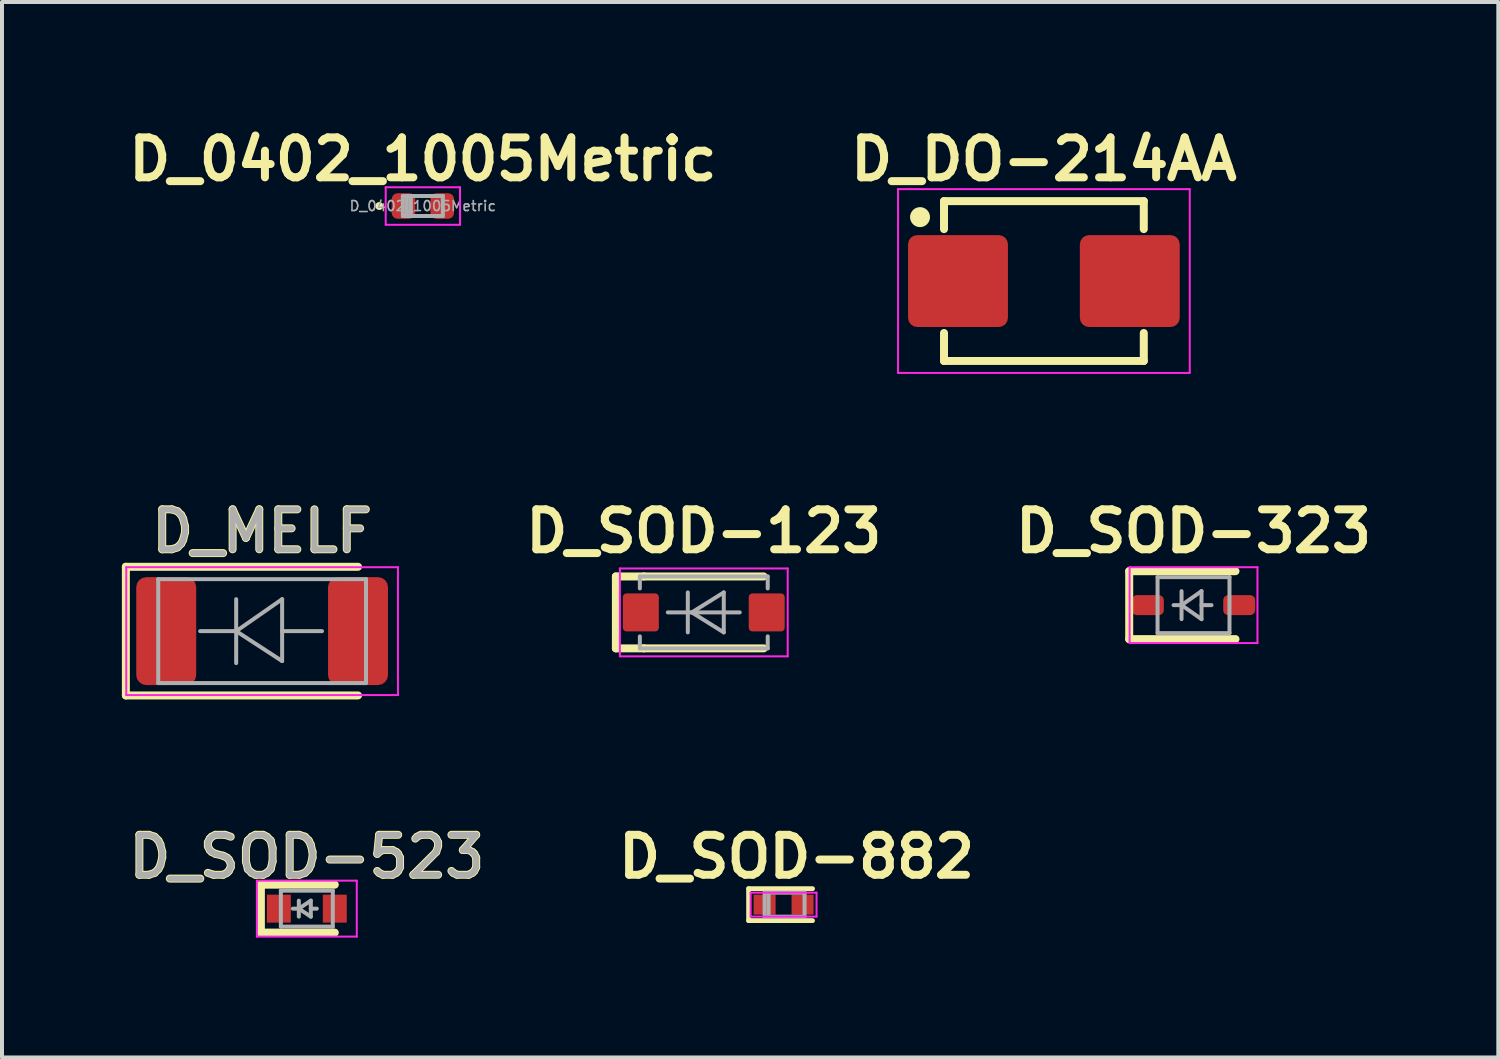
<source format=kicad_pcb>
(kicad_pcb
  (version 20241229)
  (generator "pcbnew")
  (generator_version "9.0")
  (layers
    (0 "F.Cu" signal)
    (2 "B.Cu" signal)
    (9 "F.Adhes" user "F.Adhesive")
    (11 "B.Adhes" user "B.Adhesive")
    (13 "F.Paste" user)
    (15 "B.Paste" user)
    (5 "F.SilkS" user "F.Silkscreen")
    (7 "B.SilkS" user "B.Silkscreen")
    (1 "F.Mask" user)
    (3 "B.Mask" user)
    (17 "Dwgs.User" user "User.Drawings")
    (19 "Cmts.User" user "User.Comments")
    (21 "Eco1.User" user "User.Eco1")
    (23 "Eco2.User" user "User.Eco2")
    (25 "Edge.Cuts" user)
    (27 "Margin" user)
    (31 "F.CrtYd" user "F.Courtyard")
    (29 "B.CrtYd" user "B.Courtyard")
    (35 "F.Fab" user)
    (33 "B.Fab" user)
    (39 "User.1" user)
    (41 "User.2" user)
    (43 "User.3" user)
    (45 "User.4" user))
  (footprint "D_SOD-123"
    (layer "F.Cu")
    (at 14.564 12.277)
    (property "Reference" "D_SOD-123" (at 0 -2.032 0) (layer "F.SilkS") (effects (font (size 1 1) (thickness 0.2))))
    (attr through_hole)
    (fp_line (start -2.2 -0.9) (end -2.2 0.9) (stroke (width 0.2) (type solid)) (layer "F.SilkS"))
    (fp_line (start -2.2 0.9) (end -1.5 0.9) (stroke (width 0.2) (type solid)) (layer "F.SilkS"))
    (fp_line (start -2.1 -0.9) (end -2.2 -0.9) (stroke (width 0.2) (type solid)) (layer "F.SilkS"))
    (fp_line (start -1.5 -0.9) (end -2.1 -0.9) (stroke (width 0.2) (type solid)) (layer "F.SilkS"))
    (fp_line (start -1.5 -0.9) (end 1.5 -0.9) (stroke (width 0.2) (type solid)) (layer "F.SilkS"))
    (fp_line (start -1.5 0.9) (end 1.5 0.9) (stroke (width 0.2) (type solid)) (layer "F.SilkS"))
    (fp_line (start -2.1 -1.1) (end 2.1 -1.1) (stroke (width 0.05) (type solid)) (layer "F.CrtYd"))
    (fp_line (start -2.1 1.1) (end -2.1 -1.1) (stroke (width 0.05) (type solid)) (layer "F.CrtYd"))
    (fp_line (start 2.1 -1.1) (end 2.1 1.1) (stroke (width 0.05) (type solid)) (layer "F.CrtYd"))
    (fp_line (start 2.1 1.1) (end -2.1 1.1) (stroke (width 0.05) (type solid)) (layer "F.CrtYd"))
    (fp_line (start -1.6 -0.9) (end -1.6 -0.6) (stroke (width 0.1) (type solid)) (layer "F.Fab"))
    (fp_line (start -1.6 0.6) (end -1.6 0.9) (stroke (width 0.1) (type solid)) (layer "F.Fab"))
    (fp_line (start -1.6 0.9) (end 1.6 0.9) (stroke (width 0.1) (type solid)) (layer "F.Fab"))
    (fp_line (start -0.9 0) (end 0.9 0) (stroke (width 0.1) (type solid)) (layer "F.Fab"))
    (fp_line (start -0.4 -0.5) (end -0.4 0.5) (stroke (width 0.1) (type solid)) (layer "F.Fab"))
    (fp_line (start -0.3 0) (end 0.5 -0.5) (stroke (width 0.1) (type solid)) (layer "F.Fab"))
    (fp_line (start 0.5 -0.5) (end 0.5 0.5) (stroke (width 0.1) (type solid)) (layer "F.Fab"))
    (fp_line (start 0.5 0.5) (end -0.3 0) (stroke (width 0.1) (type solid)) (layer "F.Fab"))
    (fp_line (start 1.6 -0.9) (end -1.6 -0.9) (stroke (width 0.1) (type solid)) (layer "F.Fab"))
    (fp_line (start 1.6 -0.6) (end 1.6 -0.9) (stroke (width 0.1) (type solid)) (layer "F.Fab"))
    (fp_line (start 1.6 0.9) (end 1.6 0.6) (stroke (width 0.1) (type solid)) (layer "F.Fab"))
    (pad "1" smd roundrect (at -1.575 0) (size 0.9 0.95) (layers "F.Cu" "F.Mask" "F.Paste") (roundrect_rratio 0.1))
    (pad "2" smd roundrect (at 1.575 0) (size 0.9 0.95) (layers "F.Cu" "F.Mask" "F.Paste") (roundrect_rratio 0.1)))
  (footprint "D_DO-214AA"
    (layer "F.Cu")
    (at 23.076 3.984)
    (property "Reference" "D_DO-214AA" (at 0 -3.048 0) (layer "F.SilkS") (effects (font (size 1 1) (thickness 0.2))))
    (attr smd)
    (fp_line (start -2.5 -2) (end 2.5 -2) (stroke (width 0.2) (type solid)) (layer "F.SilkS"))
    (fp_line (start -2.5 -1.3) (end -2.5 -2) (stroke (width 0.2) (type solid)) (layer "F.SilkS"))
    (fp_line (start -2.5 1.3) (end -2.5 2) (stroke (width 0.2) (type solid)) (layer "F.SilkS"))
    (fp_line (start -2.5 2) (end 2.5 2) (stroke (width 0.2) (type solid)) (layer "F.SilkS"))
    (fp_line (start 2.5 -2) (end 2.5 -1.3) (stroke (width 0.2) (type solid)) (layer "F.SilkS"))
    (fp_line (start 2.5 2) (end 2.5 1.3) (stroke (width 0.2) (type solid)) (layer "F.SilkS"))
    (fp_circle (center -3.1 -1.6) (end -2.975 -1.6) (stroke (width 0.25) (type solid)) (fill no) (layer "F.SilkS"))
    (fp_line (start -3.65 -2.3) (end -3.65 2.3) (stroke (width 0.05) (type solid)) (layer "F.CrtYd"))
    (fp_line (start -3.65 2.3) (end 3.65 2.3) (stroke (width 0.05) (type solid)) (layer "F.CrtYd"))
    (fp_line (start 3.65 -2.3) (end -3.65 -2.3) (stroke (width 0.05) (type solid)) (layer "F.CrtYd"))
    (fp_line (start 3.65 2.3) (end 3.65 -2.3) (stroke (width 0.05) (type solid)) (layer "F.CrtYd"))
    (pad "1" smd roundrect (at -2.15 0) (size 2.5 2.3) (layers "F.Cu" "F.Mask" "F.Paste") (roundrect_rratio 0.1))
    (pad "2" smd roundrect (at 2.15 0) (size 2.5 2.3) (layers "F.Cu" "F.Mask" "F.Paste") (roundrect_rratio 0.1)))
  (footprint "D_SOD-523"
    (layer "F.Cu")
    (at 4.629 19.691)
    (property "Reference" "D_SOD-523" (at 0 -1.3 0) (layer "F.SilkS") (effects (font (size 1 1) (thickness 0.2))))
    (attr smd)
    (fp_line (start -1.15 -0.6) (end -1.15 0.6) (stroke (width 0.2) (type solid)) (layer "F.SilkS"))
    (fp_line (start 0.7 -0.6) (end -1.15 -0.6) (stroke (width 0.2) (type solid)) (layer "F.SilkS"))
    (fp_line (start 0.7 0.6) (end -1.15 0.6) (stroke (width 0.2) (type solid)) (layer "F.SilkS"))
    (fp_line (start -1.25 -0.7) (end 1.25 -0.7) (stroke (width 0.05) (type solid)) (layer "F.CrtYd"))
    (fp_line (start -1.25 0.7) (end -1.25 -0.7) (stroke (width 0.05) (type solid)) (layer "F.CrtYd"))
    (fp_line (start 1.25 -0.7) (end 1.25 0.7) (stroke (width 0.05) (type solid)) (layer "F.CrtYd"))
    (fp_line (start 1.25 0.7) (end -1.25 0.7) (stroke (width 0.05) (type solid)) (layer "F.CrtYd"))
    (fp_line (start -0.65 -0.45) (end 0.65 -0.45) (stroke (width 0.1) (type solid)) (layer "F.Fab"))
    (fp_line (start -0.65 0.45) (end -0.65 -0.45) (stroke (width 0.1) (type solid)) (layer "F.Fab"))
    (fp_line (start -0.2 0) (end -0.35 0) (stroke (width 0.1) (type solid)) (layer "F.Fab"))
    (fp_line (start -0.2 0) (end 0.1 0.2) (stroke (width 0.1) (type solid)) (layer "F.Fab"))
    (fp_line (start -0.2 0.2) (end -0.2 -0.2) (stroke (width 0.1) (type solid)) (layer "F.Fab"))
    (fp_line (start 0.1 -0.2) (end -0.2 0) (stroke (width 0.1) (type solid)) (layer "F.Fab"))
    (fp_line (start 0.1 0) (end 0.25 0) (stroke (width 0.1) (type solid)) (layer "F.Fab"))
    (fp_line (start 0.1 0.2) (end 0.1 -0.2) (stroke (width 0.1) (type solid)) (layer "F.Fab"))
    (fp_line (start 0.65 -0.45) (end 0.65 0.45) (stroke (width 0.1) (type solid)) (layer "F.Fab"))
    (fp_line (start 0.65 0.45) (end -0.65 0.45) (stroke (width 0.1) (type solid)) (layer "F.Fab"))
    (fp_text user "${REFERENCE}" (at 0 -1.3 0) (layer "F.Fab") (effects (font (size 1 1) (thickness 0.15))))
    (pad "1" smd rect (at -0.7 0 180) (size 0.6 0.7) (layers "F.Cu" "F.Mask" "F.Paste"))
    (pad "2" smd rect (at 0.7 0 180) (size 0.6 0.7) (layers "F.Cu" "F.Mask" "F.Paste")))
  (footprint "D_SOD-323"
    (layer "F.Cu")
    (at 26.821 12.095)
    (property "Reference" "D_SOD-323" (at 0 -1.85 0) (layer "F.SilkS") (effects (font (size 1 1) (thickness 0.2) (bold yes))))
    (attr smd)
    (fp_line (start -1.61 -0.85) (end -1.61 0.85) (stroke (width 0.2) (type solid)) (layer "F.SilkS"))
    (fp_line (start -1.61 -0.85) (end 1.05 -0.85) (stroke (width 0.2) (type solid)) (layer "F.SilkS"))
    (fp_line (start -1.61 0.85) (end 1.05 0.85) (stroke (width 0.2) (type solid)) (layer "F.SilkS"))
    (fp_line (start -1.6 -0.95) (end -1.6 0.95) (stroke (width 0.05) (type solid)) (layer "F.CrtYd"))
    (fp_line (start -1.6 -0.95) (end 1.6 -0.95) (stroke (width 0.05) (type solid)) (layer "F.CrtYd"))
    (fp_line (start -1.6 0.95) (end 1.6 0.95) (stroke (width 0.05) (type solid)) (layer "F.CrtYd"))
    (fp_line (start 1.6 -0.95) (end 1.6 0.95) (stroke (width 0.05) (type solid)) (layer "F.CrtYd"))
    (fp_line (start -0.9 -0.7) (end 0.9 -0.7) (stroke (width 0.1) (type solid)) (layer "F.Fab"))
    (fp_line (start -0.9 0.7) (end -0.9 -0.7) (stroke (width 0.1) (type solid)) (layer "F.Fab"))
    (fp_line (start -0.3 -0.35) (end -0.3 0.35) (stroke (width 0.1) (type solid)) (layer "F.Fab"))
    (fp_line (start -0.3 0) (end -0.5 0) (stroke (width 0.1) (type solid)) (layer "F.Fab"))
    (fp_line (start -0.3 0) (end 0.2 -0.35) (stroke (width 0.1) (type solid)) (layer "F.Fab"))
    (fp_line (start 0.2 -0.35) (end 0.2 0.35) (stroke (width 0.1) (type solid)) (layer "F.Fab"))
    (fp_line (start 0.2 0) (end 0.45 0) (stroke (width 0.1) (type solid)) (layer "F.Fab"))
    (fp_line (start 0.2 0.35) (end -0.3 0) (stroke (width 0.1) (type solid)) (layer "F.Fab"))
    (fp_line (start 0.9 -0.7) (end 0.9 0.7) (stroke (width 0.1) (type solid)) (layer "F.Fab"))
    (fp_line (start 0.9 0.7) (end -0.9 0.7) (stroke (width 0.1) (type solid)) (layer "F.Fab"))
    (pad "1" smd roundrect (at -1.143 0) (size 0.8 0.5) (layers "F.Cu" "F.Mask" "F.Paste") (roundrect_rratio 0.25))
    (pad "2" smd roundrect (at 1.143 0) (size 0.8 0.5) (layers "F.Cu" "F.Mask" "F.Paste") (roundrect_rratio 0.25)))
  (footprint "D_SOD-882"
    (layer "F.Cu")
    (at 16.086 19.591)
    (property "Reference" "D_SOD-882" (at 0.8 -1.2 0) (layer "F.SilkS") (effects (font (size 1 1) (thickness 0.2))))
    (attr through_hole)
    (fp_line (start -0.4 -0.4) (end -0.4 0.4) (stroke (width 0.12) (type solid)) (layer "F.SilkS"))
    (fp_line (start -0.4 0.4) (end 1.2 0.4) (stroke (width 0.12) (type solid)) (layer "F.SilkS"))
    (fp_line (start 1.2 -0.4) (end -0.4 -0.4) (stroke (width 0.12) (type solid)) (layer "F.SilkS"))
    (fp_line (start -0.35 -0.3) (end 1.3 -0.3) (stroke (width 0.05) (type solid)) (layer "F.CrtYd"))
    (fp_line (start -0.35 0.3) (end -0.35 -0.3) (stroke (width 0.05) (type solid)) (layer "F.CrtYd"))
    (fp_line (start 1.3 -0.3) (end 1.3 0.3) (stroke (width 0.05) (type solid)) (layer "F.CrtYd"))
    (fp_line (start 1.3 0.3) (end -0.35 0.3) (stroke (width 0.05) (type solid)) (layer "F.CrtYd"))
    (fp_line (start 0 -0.3) (end 0 0.3) (stroke (width 0.1) (type solid)) (layer "F.Fab"))
    (fp_line (start 0 0.3) (end 1 0.3) (stroke (width 0.1) (type solid)) (layer "F.Fab"))
    (fp_line (start 0.1 -0.3) (end 0.1 0.3) (stroke (width 0.1) (type solid)) (layer "F.Fab"))
    (fp_line (start 1 -0.3) (end 0 -0.3) (stroke (width 0.1) (type solid)) (layer "F.Fab"))
    (fp_line (start 1 0.3) (end 1 -0.3) (stroke (width 0.1) (type solid)) (layer "F.Fab"))
    (pad "1" smd rect (at 0 0) (size 0.55 0.5) (layers "F.Cu" "F.Mask" "F.Paste"))
    (pad "2" smd rect (at 0.95 0) (size 0.55 0.5) (layers "F.Cu" "F.Mask" "F.Paste")))
  (footprint "D_MELF"
    (layer "F.Cu")
    (at 3.51 12.745)
    (property "Reference" "D_MELF" (at 0 -2.5 0) (layer "F.SilkS") (effects (font (size 1 1) (thickness 0.2) (bold yes))))
    (attr smd)
    (fp_line (start -3.41 -1.61) (end -3.41 1.61) (stroke (width 0.2) (type solid)) (layer "F.SilkS"))
    (fp_line (start -3.41 1.61) (end 2.4 1.61) (stroke (width 0.2) (type solid)) (layer "F.SilkS"))
    (fp_line (start 2.4 -1.61) (end -3.41 -1.61) (stroke (width 0.2) (type solid)) (layer "F.SilkS"))
    (fp_line (start -3.4 -1.6) (end 3.4 -1.6) (stroke (width 0.05) (type solid)) (layer "F.CrtYd"))
    (fp_line (start -3.4 1.6) (end -3.4 -1.6) (stroke (width 0.05) (type solid)) (layer "F.CrtYd"))
    (fp_line (start 3.4 -1.6) (end 3.4 1.6) (stroke (width 0.05) (type solid)) (layer "F.CrtYd"))
    (fp_line (start 3.4 1.6) (end -3.4 1.6) (stroke (width 0.05) (type solid)) (layer "F.CrtYd"))
    (fp_line (start -2.6 -1.3) (end -2.6 1.3) (stroke (width 0.1) (type solid)) (layer "F.Fab"))
    (fp_line (start -2.6 1.3) (end 2.6 1.3) (stroke (width 0.1) (type solid)) (layer "F.Fab"))
    (fp_line (start -0.649 -0.799) (end -0.649 0.801) (stroke (width 0.1) (type solid)) (layer "F.Fab"))
    (fp_line (start -0.649 0.001) (end -1.551 0.001) (stroke (width 0.1) (type solid)) (layer "F.Fab"))
    (fp_line (start -0.649 0.001) (end 0.501 -0.799) (stroke (width 0.1) (type solid)) (layer "F.Fab"))
    (fp_line (start -0.649 0.001) (end 0.501 0.75) (stroke (width 0.1) (type solid)) (layer "F.Fab"))
    (fp_line (start 0.501 0.001) (end 1.499 0.001) (stroke (width 0.1) (type solid)) (layer "F.Fab"))
    (fp_line (start 0.501 0.75) (end 0.501 -0.799) (stroke (width 0.1) (type solid)) (layer "F.Fab"))
    (fp_line (start 2.6 -1.3) (end -2.6 -1.3) (stroke (width 0.1) (type solid)) (layer "F.Fab"))
    (fp_line (start 2.6 1.3) (end 2.6 -1.3) (stroke (width 0.1) (type solid)) (layer "F.Fab"))
    (fp_text user "${REFERENCE}" (at 0 -2.5 0) (layer "F.Fab") (effects (font (size 1 1) (thickness 0.15))))
    (pad "1" smd roundrect (at -2.4 0) (size 1.5 2.7) (layers "F.Cu" "F.Mask" "F.Paste") (roundrect_rratio 0.167))
    (pad "2" smd roundrect (at 2.4 0) (size 1.5 2.7) (layers "F.Cu" "F.Mask" "F.Paste") (roundrect_rratio 0.167)))
  (footprint "D_0402_1005Metric"
    (layer "F.Cu")
    (at 7.533 2.106)
    (property "Reference" "D_0402_1005Metric" (at 0 -1.17 0) (layer "F.SilkS") (effects (font (size 1 1) (thickness 0.2))))
    (attr smd)
    (fp_circle (center -1.09 0) (end -1.04 0) (stroke (width 0.1) (type solid)) (fill no) (layer "F.SilkS"))
    (fp_line (start -0.93 -0.47) (end 0.93 -0.47) (stroke (width 0.05) (type solid)) (layer "F.CrtYd"))
    (fp_line (start -0.93 0.47) (end -0.93 -0.47) (stroke (width 0.05) (type solid)) (layer "F.CrtYd"))
    (fp_line (start 0.93 -0.47) (end 0.93 0.47) (stroke (width 0.05) (type solid)) (layer "F.CrtYd"))
    (fp_line (start 0.93 0.47) (end -0.93 0.47) (stroke (width 0.05) (type solid)) (layer "F.CrtYd"))
    (fp_line (start -0.5 -0.25) (end 0.5 -0.25) (stroke (width 0.1) (type solid)) (layer "F.Fab"))
    (fp_line (start -0.5 0.25) (end -0.5 -0.25) (stroke (width 0.1) (type solid)) (layer "F.Fab"))
    (fp_line (start -0.4 0.25) (end -0.4 -0.25) (stroke (width 0.1) (type solid)) (layer "F.Fab"))
    (fp_line (start -0.3 0.25) (end -0.3 -0.25) (stroke (width 0.1) (type solid)) (layer "F.Fab"))
    (fp_line (start 0.5 -0.25) (end 0.5 0.25) (stroke (width 0.1) (type solid)) (layer "F.Fab"))
    (fp_line (start 0.5 0.25) (end -0.5 0.25) (stroke (width 0.1) (type solid)) (layer "F.Fab"))
    (fp_text user "${REFERENCE}" (at 0 0 0) (layer "F.Fab") (effects (font (size 0.25 0.25) (thickness 0.04))))
    (pad "1" smd roundrect (at -0.485 0) (size 0.59 0.64) (layers "F.Cu" "F.Mask" "F.Paste") (roundrect_rratio 0.25))
    (pad "2" smd roundrect (at 0.485 0) (size 0.59 0.64) (layers "F.Cu" "F.Mask" "F.Paste") (roundrect_rratio 0.25)))
  (gr_rect
    (start -3 -3)
    (end 34.449 23.416)
    (stroke (width 0.1) (type default))
    (fill no)
    (layer "Edge.Cuts")))
</source>
